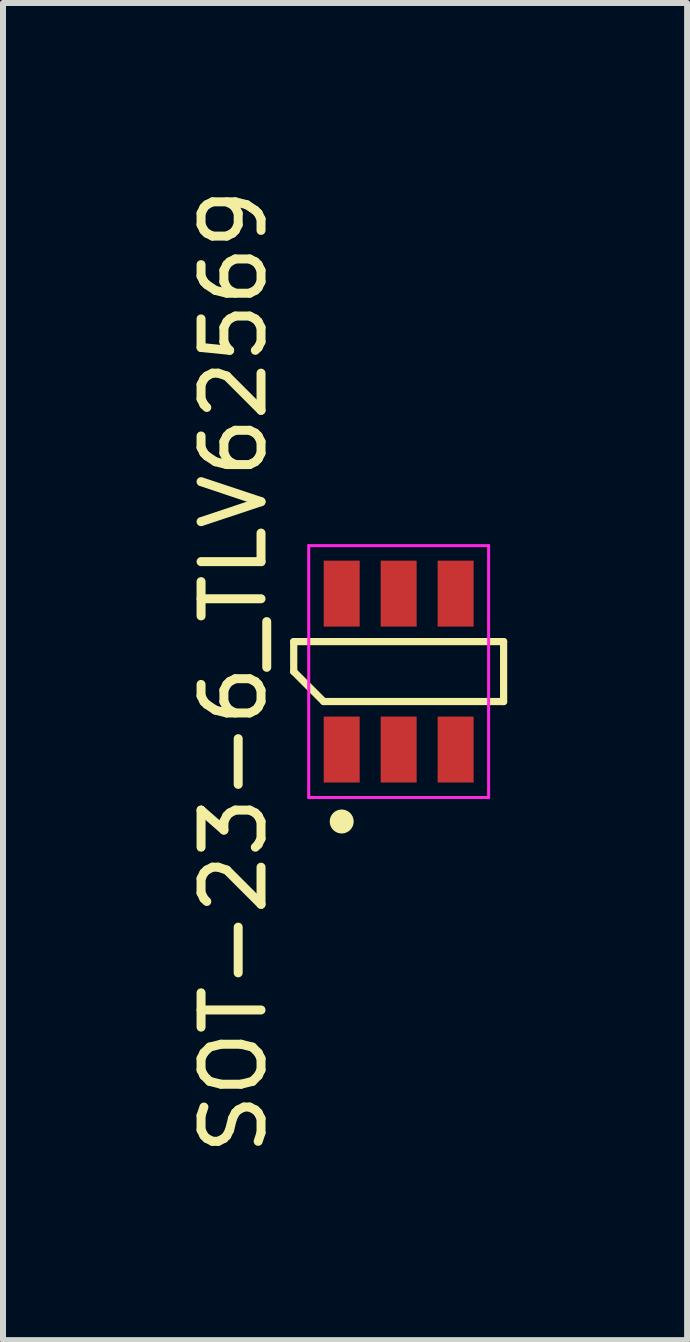
<source format=kicad_pcb>
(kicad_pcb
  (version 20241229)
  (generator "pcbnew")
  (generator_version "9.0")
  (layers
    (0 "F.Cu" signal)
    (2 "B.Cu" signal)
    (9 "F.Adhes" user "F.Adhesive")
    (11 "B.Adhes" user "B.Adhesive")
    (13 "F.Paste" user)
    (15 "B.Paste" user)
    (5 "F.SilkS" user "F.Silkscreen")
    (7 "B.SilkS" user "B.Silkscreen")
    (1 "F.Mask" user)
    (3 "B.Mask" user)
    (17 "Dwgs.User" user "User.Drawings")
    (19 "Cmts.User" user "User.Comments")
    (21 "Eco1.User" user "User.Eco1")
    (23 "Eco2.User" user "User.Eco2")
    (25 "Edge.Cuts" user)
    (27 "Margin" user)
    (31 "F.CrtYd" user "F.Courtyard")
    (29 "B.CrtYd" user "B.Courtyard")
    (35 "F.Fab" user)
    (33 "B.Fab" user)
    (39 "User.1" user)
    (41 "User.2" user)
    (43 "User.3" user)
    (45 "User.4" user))
  (footprint "SOT-23-6_TLV62569"
    (layer "F.Cu")
    (at 3.598 8.149)
    (property "Reference" "SOT-23-6_TLV62569" (at -2.75 0 90) (layer "F.SilkS") (effects (font (size 1 1) (thickness 0.15))))
    (attr smd)
    (fp_line (start -1.75 -0.5) (end 1.75 -0.5) (stroke (width 0.12) (type default)) (layer "F.SilkS"))
    (fp_line (start -1.75 0) (end -1.75 -0.5) (stroke (width 0.12) (type default)) (layer "F.SilkS"))
    (fp_line (start -1.25 0.5) (end -1.75 0) (stroke (width 0.12) (type default)) (layer "F.SilkS"))
    (fp_line (start 1.75 -0.5) (end 1.75 0.5) (stroke (width 0.12) (type default)) (layer "F.SilkS"))
    (fp_line (start 1.75 0.5) (end -1.25 0.5) (stroke (width 0.12) (type default)) (layer "F.SilkS"))
    (fp_circle (center -0.95 2.5) (end -0.8 2.5) (stroke (width 0.1) (type solid)) (fill yes) (layer "F.SilkS"))
    (fp_line (start -1.5 -2.1) (end 1.5 -2.1) (stroke (width 0.05) (type default)) (layer "F.CrtYd"))
    (fp_line (start -1.5 2.1) (end -1.5 -2.1) (stroke (width 0.05) (type default)) (layer "F.CrtYd"))
    (fp_line (start 1.5 -2.1) (end 1.5 2.1) (stroke (width 0.05) (type default)) (layer "F.CrtYd"))
    (fp_line (start 1.5 2.1) (end -1.5 2.1) (stroke (width 0.05) (type default)) (layer "F.CrtYd"))
    (pad "1" smd rect (at -0.95 1.3) (size 0.6 1.1) (layers "F.Cu" "F.Mask" "F.Paste"))
    (pad "2" smd rect (at 0 1.3) (size 0.6 1.1) (layers "F.Cu" "F.Mask" "F.Paste"))
    (pad "3" smd rect (at 0.95 1.3) (size 0.6 1.1) (layers "F.Cu" "F.Mask" "F.Paste"))
    (pad "4" smd rect (at 0.95 -1.3) (size 0.6 1.1) (layers "F.Cu" "F.Mask" "F.Paste"))
    (pad "5" smd rect (at 0 -1.3) (size 0.6 1.1) (layers "F.Cu" "F.Mask" "F.Paste"))
    (pad "6" smd rect (at -0.95 -1.3) (size 0.6 1.1) (layers "F.Cu" "F.Mask" "F.Paste")))
  (gr_rect
    (start -3 -3)
    (end 8.408 19.298)
    (stroke (width 0.1) (type default))
    (fill no)
    (layer "Edge.Cuts")))
</source>
